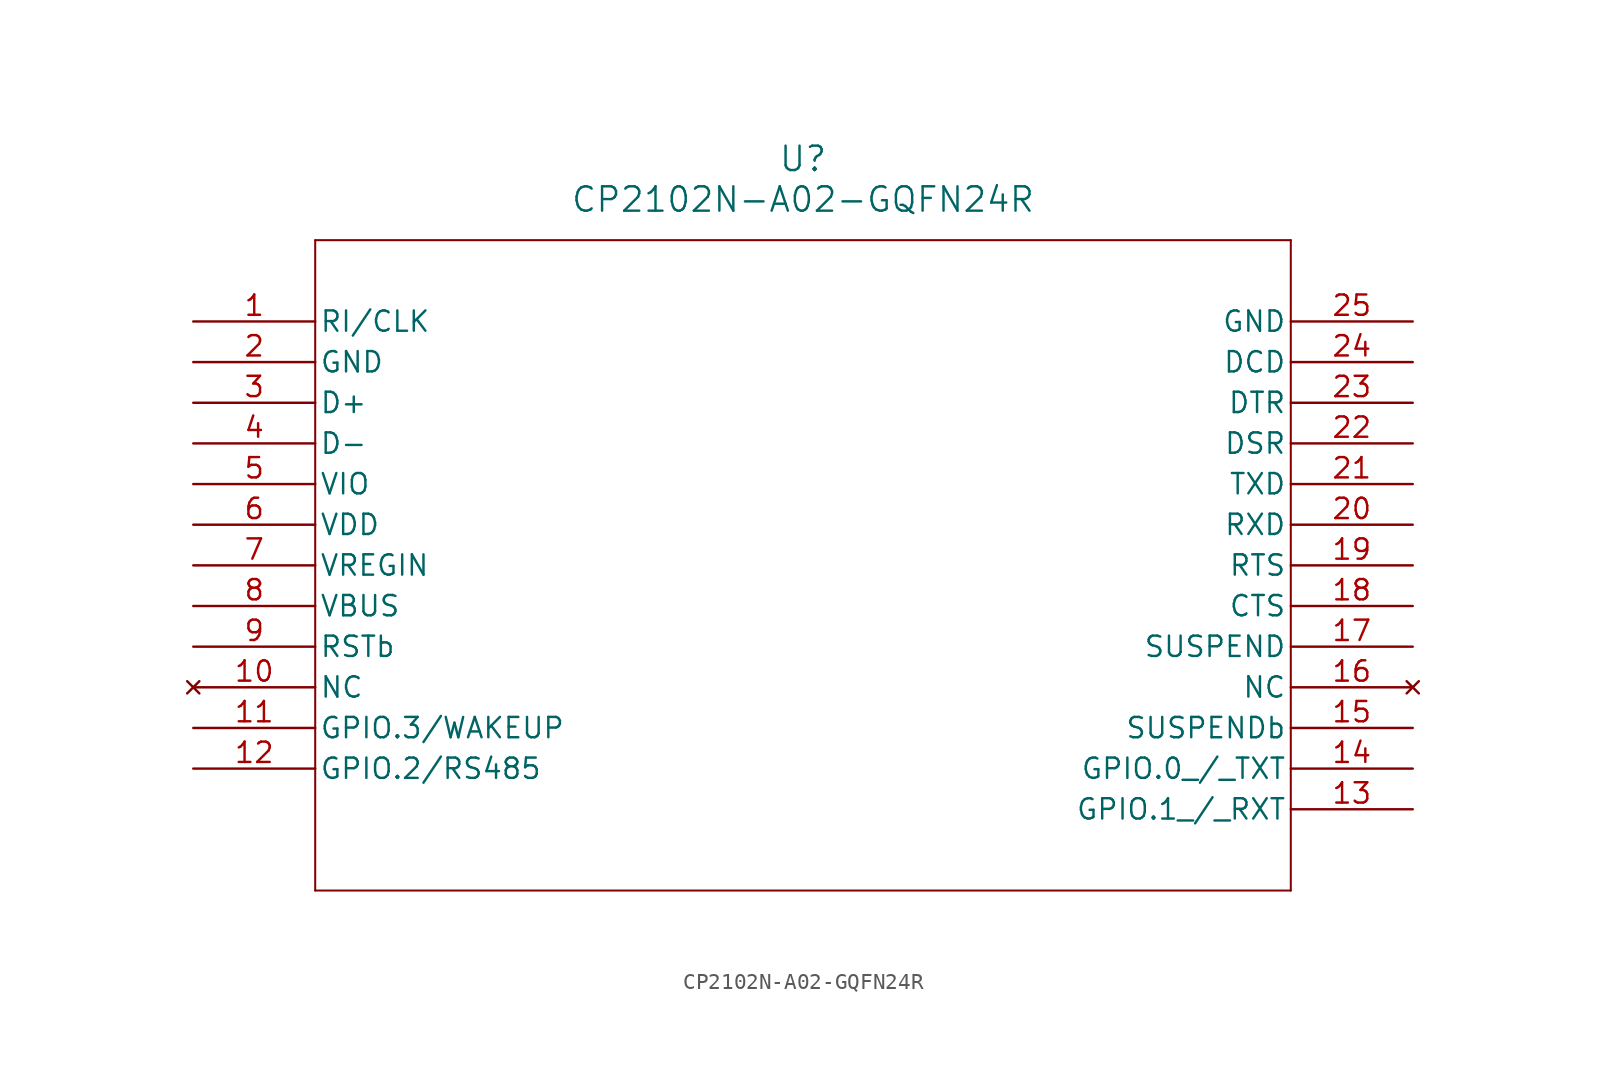
<source format=kicad_sym>
(kicad_symbol_lib
  (version 20211014)
  (generator kicad_symbol_editor)
  (symbol "CP2102N-A02-GQFN24R"
    (pin_names
      (offset 0.254))
    (property "Reference" "U"
      (at 38.1 10.16 0)
      (effects (font (size 1.524 1.524))))
    (property "Value" "CP2102N-A02-GQFN24R"
      (at 38.1 7.62 0)
      (effects (font (size 1.524 1.524))))
    (symbol "CP2102N-A02-GQFN24R_0_1"
      (polyline (pts (xy 7.62 5.08) (xy 7.62 -35.56)) (stroke (width 0.127) (type default) (color 0 0 0 0)) (fill (type none)))
      (polyline (pts (xy 7.62 -35.56) (xy 68.58 -35.56)) (stroke (width 0.127) (type default) (color 0 0 0 0)) (fill (type none)))
      (polyline (pts (xy 68.58 -35.56) (xy 68.58 5.08)) (stroke (width 0.127) (type default) (color 0 0 0 0)) (fill (type none)))
      (polyline (pts (xy 68.58 5.08) (xy 7.62 5.08)) (stroke (width 0.127) (type default) (color 0 0 0 0)) (fill (type none)))
      (pin bidirectional line (at 0 0 0) (length 7.62) (name "RI/CLK" (effects (font (size 1.27 1.27)))) (number "1" (effects (font (size 1.27 1.27)))))
      (pin power_out line (at 0 -2.54 0) (length 7.62) (name "GND" (effects (font (size 1.27 1.27)))) (number "2" (effects (font (size 1.27 1.27)))))
      (pin bidirectional line (at 0 -5.08 0) (length 7.62) (name "D+" (effects (font (size 1.27 1.27)))) (number "3" (effects (font (size 1.27 1.27)))))
      (pin bidirectional line (at 0 -7.62 0) (length 7.62) (name "D-" (effects (font (size 1.27 1.27)))) (number "4" (effects (font (size 1.27 1.27)))))
      (pin power_in line (at 0 -10.16 0) (length 7.62) (name "VIO" (effects (font (size 1.27 1.27)))) (number "5" (effects (font (size 1.27 1.27)))))
      (pin power_in line (at 0 -12.7 0) (length 7.62) (name "VDD" (effects (font (size 1.27 1.27)))) (number "6" (effects (font (size 1.27 1.27)))))
      (pin power_in line (at 0 -15.24 0) (length 7.62) (name "VREGIN" (effects (font (size 1.27 1.27)))) (number "7" (effects (font (size 1.27 1.27)))))
      (pin input line (at 0 -17.78 0) (length 7.62) (name "VBUS" (effects (font (size 1.27 1.27)))) (number "8" (effects (font (size 1.27 1.27)))))
      (pin unspecified line (at 0 -20.32 0) (length 7.62) (name "RSTb" (effects (font (size 1.27 1.27)))) (number "9" (effects (font (size 1.27 1.27)))))
      (pin no_connect line (at 0 -22.86 0) (length 7.62) (name "NC" (effects (font (size 1.27 1.27)))) (number "10" (effects (font (size 1.27 1.27)))))
      (pin bidirectional line (at 0 -25.4 0) (length 7.62) (name "GPIO.3/WAKEUP" (effects (font (size 1.27 1.27)))) (number "11" (effects (font (size 1.27 1.27)))))
      (pin bidirectional line (at 0 -27.94 0) (length 7.62) (name "GPIO.2/RS485" (effects (font (size 1.27 1.27)))) (number "12" (effects (font (size 1.27 1.27)))))
      (pin bidirectional line (at 76.2 -30.48 180) (length 7.62) (name "GPIO.1 / RXT" (effects (font (size 1.27 1.27)))) (number "13" (effects (font (size 1.27 1.27)))))
      (pin bidirectional line (at 76.2 -27.94 180) (length 7.62) (name "GPIO.0 / TXT" (effects (font (size 1.27 1.27)))) (number "14" (effects (font (size 1.27 1.27)))))
      (pin output line (at 76.2 -25.4 180) (length 7.62) (name "SUSPENDb" (effects (font (size 1.27 1.27)))) (number "15" (effects (font (size 1.27 1.27)))))
      (pin no_connect line (at 76.2 -22.86 180) (length 7.62) (name "NC" (effects (font (size 1.27 1.27)))) (number "16" (effects (font (size 1.27 1.27)))))
      (pin output line (at 76.2 -20.32 180) (length 7.62) (name "SUSPEND" (effects (font (size 1.27 1.27)))) (number "17" (effects (font (size 1.27 1.27)))))
      (pin input line (at 76.2 -17.78 180) (length 7.62) (name "CTS" (effects (font (size 1.27 1.27)))) (number "18" (effects (font (size 1.27 1.27)))))
      (pin output line (at 76.2 -15.24 180) (length 7.62) (name "RTS" (effects (font (size 1.27 1.27)))) (number "19" (effects (font (size 1.27 1.27)))))
      (pin input line (at 76.2 -12.7 180) (length 7.62) (name "RXD" (effects (font (size 1.27 1.27)))) (number "20" (effects (font (size 1.27 1.27)))))
      (pin output line (at 76.2 -10.16 180) (length 7.62) (name "TXD" (effects (font (size 1.27 1.27)))) (number "21" (effects (font (size 1.27 1.27)))))
      (pin input line (at 76.2 -7.62 180) (length 7.62) (name "DSR" (effects (font (size 1.27 1.27)))) (number "22" (effects (font (size 1.27 1.27)))))
      (pin output line (at 76.2 -5.08 180) (length 7.62) (name "DTR" (effects (font (size 1.27 1.27)))) (number "23" (effects (font (size 1.27 1.27)))))
      (pin input line (at 76.2 -2.54 180) (length 7.62) (name "DCD" (effects (font (size 1.27 1.27)))) (number "24" (effects (font (size 1.27 1.27)))))
      (pin power_out line (at 76.2 0 180) (length 7.62) (name "GND" (effects (font (size 1.27 1.27)))) (number "25" (effects (font (size 1.27 1.27))))))))
</source>
